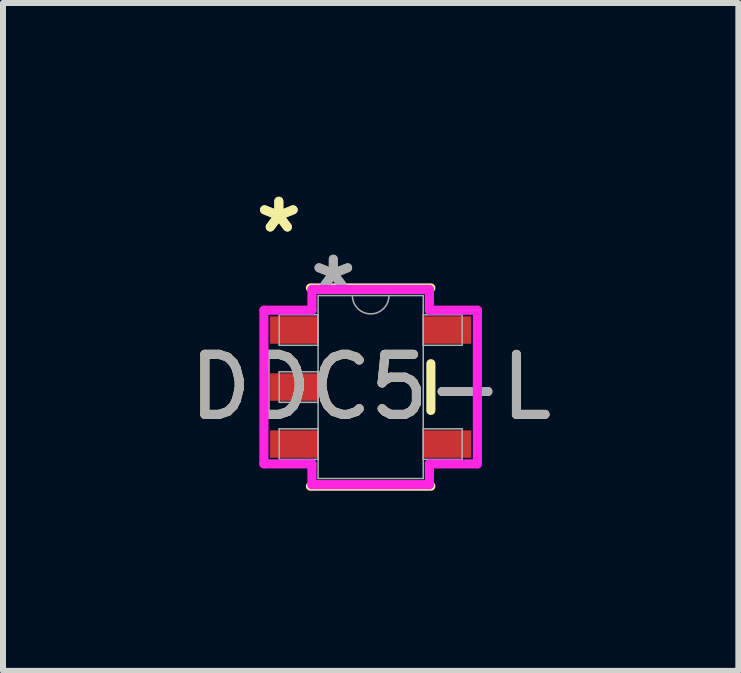
<source format=kicad_pcb>
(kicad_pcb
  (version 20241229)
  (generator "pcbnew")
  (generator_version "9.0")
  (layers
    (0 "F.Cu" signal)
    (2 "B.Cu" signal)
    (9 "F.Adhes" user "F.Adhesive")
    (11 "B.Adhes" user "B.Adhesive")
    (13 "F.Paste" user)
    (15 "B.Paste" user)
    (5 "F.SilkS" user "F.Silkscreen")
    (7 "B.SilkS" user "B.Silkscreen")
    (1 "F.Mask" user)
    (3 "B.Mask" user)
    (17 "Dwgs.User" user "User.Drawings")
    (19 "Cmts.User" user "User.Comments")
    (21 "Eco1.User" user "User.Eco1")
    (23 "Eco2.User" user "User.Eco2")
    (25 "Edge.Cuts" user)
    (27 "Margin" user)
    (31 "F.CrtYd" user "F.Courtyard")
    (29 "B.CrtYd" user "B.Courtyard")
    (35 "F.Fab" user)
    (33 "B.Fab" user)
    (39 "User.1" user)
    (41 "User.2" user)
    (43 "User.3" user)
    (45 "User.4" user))
  (footprint "DDC5-L"
    (layer "F.Cu")
    (at 3.125 3.398)
    (property "Reference" "DDC5-L" (at 0 0 0) (unlocked yes) (layer "F.SilkS") (effects (font (size 1 1) (thickness 0.15))))
    (attr smd)
    (fp_line (start -1.003 1.651) (end 1.003 1.651) (stroke (width 0.152) (type solid)) (layer "F.SilkS"))
    (fp_line (start 1.003 -1.651) (end -1.003 -1.651) (stroke (width 0.152) (type solid)) (layer "F.SilkS"))
    (fp_line (start 1.003 0.389) (end 1.003 -0.389) (stroke (width 0.152) (type solid)) (layer "F.SilkS"))
    (fp_line (start -1.778 -1.28) (end -0.978 -1.28) (stroke (width 0.152) (type solid)) (layer "F.CrtYd"))
    (fp_line (start -1.778 1.28) (end -1.778 -1.28) (stroke (width 0.152) (type solid)) (layer "F.CrtYd"))
    (fp_line (start -0.978 -1.626) (end 0.978 -1.626) (stroke (width 0.152) (type solid)) (layer "F.CrtYd"))
    (fp_line (start -0.978 -1.28) (end -0.978 -1.626) (stroke (width 0.152) (type solid)) (layer "F.CrtYd"))
    (fp_line (start -0.978 1.28) (end -1.778 1.28) (stroke (width 0.152) (type solid)) (layer "F.CrtYd"))
    (fp_line (start -0.978 1.626) (end -0.978 1.28) (stroke (width 0.152) (type solid)) (layer "F.CrtYd"))
    (fp_line (start 0.978 -1.626) (end 0.978 -1.28) (stroke (width 0.152) (type solid)) (layer "F.CrtYd"))
    (fp_line (start 0.978 -1.28) (end 1.778 -1.28) (stroke (width 0.152) (type solid)) (layer "F.CrtYd"))
    (fp_line (start 0.978 1.28) (end 0.978 1.626) (stroke (width 0.152) (type solid)) (layer "F.CrtYd"))
    (fp_line (start 0.978 1.626) (end -0.978 1.626) (stroke (width 0.152) (type solid)) (layer "F.CrtYd"))
    (fp_line (start 1.778 -1.28) (end 1.778 1.28) (stroke (width 0.152) (type solid)) (layer "F.CrtYd"))
    (fp_line (start 1.778 1.28) (end 0.978 1.28) (stroke (width 0.152) (type solid)) (layer "F.CrtYd"))
    (fp_line (start -1.524 -1.204) (end -1.524 -0.696) (stroke (width 0.025) (type solid)) (layer "F.Fab"))
    (fp_line (start -1.524 -0.696) (end -0.876 -0.696) (stroke (width 0.025) (type solid)) (layer "F.Fab"))
    (fp_line (start -1.524 -0.254) (end -1.524 0.254) (stroke (width 0.025) (type solid)) (layer "F.Fab"))
    (fp_line (start -1.524 0.254) (end -0.876 0.254) (stroke (width 0.025) (type solid)) (layer "F.Fab"))
    (fp_line (start -1.524 0.696) (end -1.524 1.204) (stroke (width 0.025) (type solid)) (layer "F.Fab"))
    (fp_line (start -1.524 1.204) (end -0.876 1.204) (stroke (width 0.025) (type solid)) (layer "F.Fab"))
    (fp_line (start -0.876 -1.524) (end -0.876 1.524) (stroke (width 0.025) (type solid)) (layer "F.Fab"))
    (fp_line (start -0.876 -1.204) (end -1.524 -1.204) (stroke (width 0.025) (type solid)) (layer "F.Fab"))
    (fp_line (start -0.876 -0.696) (end -0.876 -1.204) (stroke (width 0.025) (type solid)) (layer "F.Fab"))
    (fp_line (start -0.876 -0.254) (end -1.524 -0.254) (stroke (width 0.025) (type solid)) (layer "F.Fab"))
    (fp_line (start -0.876 0.254) (end -0.876 -0.254) (stroke (width 0.025) (type solid)) (layer "F.Fab"))
    (fp_line (start -0.876 0.696) (end -1.524 0.696) (stroke (width 0.025) (type solid)) (layer "F.Fab"))
    (fp_line (start -0.876 1.204) (end -0.876 0.696) (stroke (width 0.025) (type solid)) (layer "F.Fab"))
    (fp_line (start -0.876 1.524) (end 0.876 1.524) (stroke (width 0.025) (type solid)) (layer "F.Fab"))
    (fp_line (start 0.876 -1.524) (end -0.876 -1.524) (stroke (width 0.025) (type solid)) (layer "F.Fab"))
    (fp_line (start 0.876 -1.204) (end 0.876 -0.696) (stroke (width 0.025) (type solid)) (layer "F.Fab"))
    (fp_line (start 0.876 -0.696) (end 1.524 -0.696) (stroke (width 0.025) (type solid)) (layer "F.Fab"))
    (fp_line (start 0.876 0.696) (end 0.876 1.204) (stroke (width 0.025) (type solid)) (layer "F.Fab"))
    (fp_line (start 0.876 1.204) (end 1.524 1.204) (stroke (width 0.025) (type solid)) (layer "F.Fab"))
    (fp_line (start 0.876 1.524) (end 0.876 -1.524) (stroke (width 0.025) (type solid)) (layer "F.Fab"))
    (fp_line (start 1.524 -1.204) (end 0.876 -1.204) (stroke (width 0.025) (type solid)) (layer "F.Fab"))
    (fp_line (start 1.524 -0.696) (end 1.524 -1.204) (stroke (width 0.025) (type solid)) (layer "F.Fab"))
    (fp_line (start 1.524 0.696) (end 0.876 0.696) (stroke (width 0.025) (type solid)) (layer "F.Fab"))
    (fp_line (start 1.524 1.204) (end 1.524 0.696) (stroke (width 0.025) (type solid)) (layer "F.Fab"))
    (fp_arc (start 0.3048 -1.524) (mid 0 -1.2192) (end -0.3048 -1.524) (stroke (width 0.0254) (type solid)) (layer "F.Fab"))
    (fp_text user "*" (at -1.53 -2.55 0) (layer "F.SilkS") (effects (font (size 1 1) (thickness 0.15))))
    (fp_text user "*" (at -1.53 -2.55 0) (unlocked yes) (layer "F.SilkS") (effects (font (size 1 1) (thickness 0.15))))
    (fp_text user "${REFERENCE}" (at 0 0 0) (unlocked yes) (layer "F.Fab") (effects (font (size 1 1) (thickness 0.15))))
    (fp_text user "*" (at -0.622 -1.585 0) (layer "F.Fab") (effects (font (size 1 1) (thickness 0.15))))
    (fp_text user "*" (at -0.622 -1.585 0) (unlocked yes) (layer "F.Fab") (effects (font (size 1 1) (thickness 0.15))))
    (pad "1" smd rect (at -1.276 -0.95) (size 0.8 0.457) (layers "F.Cu" "F.Mask" "F.Paste"))
    (pad "2" smd rect (at -1.276 0) (size 0.8 0.457) (layers "F.Cu" "F.Mask" "F.Paste"))
    (pad "3" smd rect (at -1.276 0.95) (size 0.8 0.457) (layers "F.Cu" "F.Mask" "F.Paste"))
    (pad "4" smd rect (at 1.276 0.95) (size 0.8 0.457) (layers "F.Cu" "F.Mask" "F.Paste"))
    (pad "5" smd rect (at 1.276 -0.95) (size 0.8 0.457) (layers "F.Cu" "F.Mask" "F.Paste")))
  (gr_rect
    (start -3 -3)
    (end 9.25 8.126)
    (stroke (width 0.1) (type default))
    (fill no)
    (layer "Edge.Cuts")))
</source>
